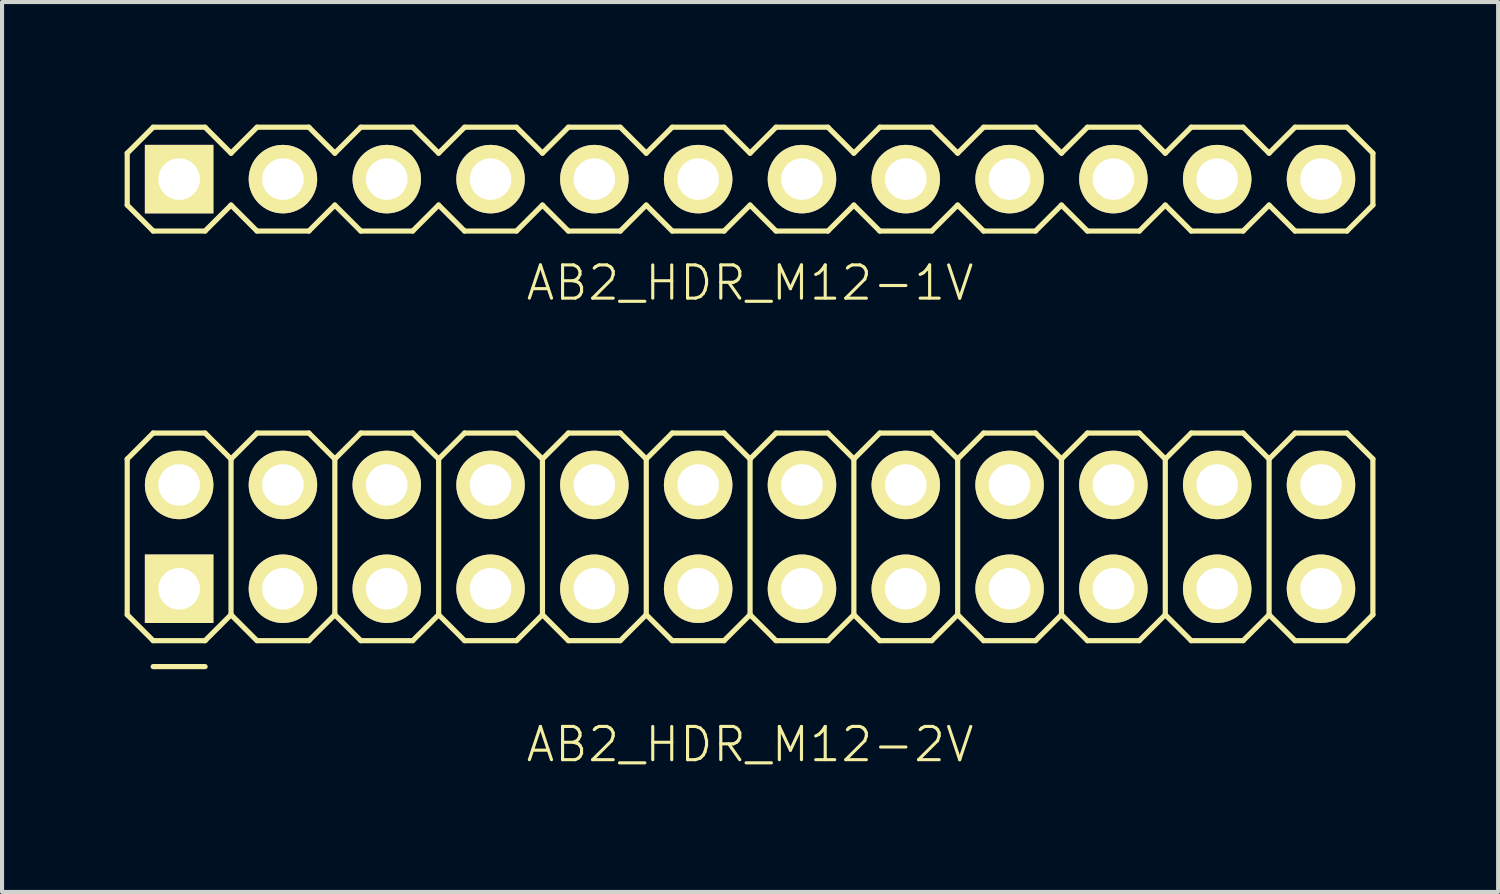
<source format=kicad_pcb>
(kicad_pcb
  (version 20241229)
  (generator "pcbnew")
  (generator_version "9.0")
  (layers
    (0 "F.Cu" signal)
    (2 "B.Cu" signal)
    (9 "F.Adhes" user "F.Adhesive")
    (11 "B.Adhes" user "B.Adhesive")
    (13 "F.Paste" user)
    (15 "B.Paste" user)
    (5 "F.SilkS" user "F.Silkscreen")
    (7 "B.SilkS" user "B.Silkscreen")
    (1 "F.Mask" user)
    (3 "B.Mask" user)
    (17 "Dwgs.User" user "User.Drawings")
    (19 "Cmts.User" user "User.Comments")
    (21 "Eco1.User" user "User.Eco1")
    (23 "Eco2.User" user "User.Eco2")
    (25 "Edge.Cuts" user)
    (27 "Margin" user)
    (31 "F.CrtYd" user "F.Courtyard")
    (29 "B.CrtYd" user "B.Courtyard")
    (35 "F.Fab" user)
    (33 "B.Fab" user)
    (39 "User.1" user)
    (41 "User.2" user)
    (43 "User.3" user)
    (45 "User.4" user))
  (footprint "AB2_HDR_M12-1V"
    (layer "F.Cu")
    (at 15.303 1.333)
    (property "Reference" "AB2_HDR_M12-1V" (at 0 2.54 0) (layer "F.SilkS") (effects (font (size 0.813 0.813) (thickness 0.076))))
    (attr through_hole)
    (fp_line (start -15.24 -0.635) (end -14.605 -1.27) (stroke (width 0.127) (type solid)) (layer "F.SilkS"))
    (fp_line (start -15.24 0.635) (end -15.24 -0.635) (stroke (width 0.127) (type solid)) (layer "F.SilkS"))
    (fp_line (start -14.605 -1.27) (end -13.335 -1.27) (stroke (width 0.127) (type solid)) (layer "F.SilkS"))
    (fp_line (start -14.605 1.27) (end -15.24 0.635) (stroke (width 0.127) (type solid)) (layer "F.SilkS"))
    (fp_line (start -13.335 -1.27) (end -12.7 -0.635) (stroke (width 0.127) (type solid)) (layer "F.SilkS"))
    (fp_line (start -13.335 1.27) (end -14.605 1.27) (stroke (width 0.127) (type solid)) (layer "F.SilkS"))
    (fp_line (start -12.7 -0.635) (end -12.065 -1.27) (stroke (width 0.127) (type solid)) (layer "F.SilkS"))
    (fp_line (start -12.7 0.635) (end -13.335 1.27) (stroke (width 0.127) (type solid)) (layer "F.SilkS"))
    (fp_line (start -12.065 -1.27) (end -10.795 -1.27) (stroke (width 0.127) (type solid)) (layer "F.SilkS"))
    (fp_line (start -12.065 1.27) (end -12.7 0.635) (stroke (width 0.127) (type solid)) (layer "F.SilkS"))
    (fp_line (start -10.795 -1.27) (end -10.16 -0.635) (stroke (width 0.127) (type solid)) (layer "F.SilkS"))
    (fp_line (start -10.795 1.27) (end -12.065 1.27) (stroke (width 0.127) (type solid)) (layer "F.SilkS"))
    (fp_line (start -10.16 -0.635) (end -9.525 -1.27) (stroke (width 0.127) (type solid)) (layer "F.SilkS"))
    (fp_line (start -10.16 0.635) (end -10.795 1.27) (stroke (width 0.127) (type solid)) (layer "F.SilkS"))
    (fp_line (start -9.525 -1.27) (end -8.255 -1.27) (stroke (width 0.127) (type solid)) (layer "F.SilkS"))
    (fp_line (start -9.525 1.27) (end -10.16 0.635) (stroke (width 0.127) (type solid)) (layer "F.SilkS"))
    (fp_line (start -8.255 -1.27) (end -7.62 -0.635) (stroke (width 0.127) (type solid)) (layer "F.SilkS"))
    (fp_line (start -8.255 1.27) (end -9.525 1.27) (stroke (width 0.127) (type solid)) (layer "F.SilkS"))
    (fp_line (start -7.62 -0.635) (end -6.985 -1.27) (stroke (width 0.127) (type solid)) (layer "F.SilkS"))
    (fp_line (start -7.62 0.635) (end -8.255 1.27) (stroke (width 0.127) (type solid)) (layer "F.SilkS"))
    (fp_line (start -6.985 -1.27) (end -5.715 -1.27) (stroke (width 0.127) (type solid)) (layer "F.SilkS"))
    (fp_line (start -6.985 1.27) (end -7.62 0.635) (stroke (width 0.127) (type solid)) (layer "F.SilkS"))
    (fp_line (start -5.715 -1.27) (end -5.08 -0.635) (stroke (width 0.127) (type solid)) (layer "F.SilkS"))
    (fp_line (start -5.715 1.27) (end -6.985 1.27) (stroke (width 0.127) (type solid)) (layer "F.SilkS"))
    (fp_line (start -5.08 -0.635) (end -4.445 -1.27) (stroke (width 0.127) (type solid)) (layer "F.SilkS"))
    (fp_line (start -5.08 0.635) (end -5.715 1.27) (stroke (width 0.127) (type solid)) (layer "F.SilkS"))
    (fp_line (start -4.445 -1.27) (end -3.175 -1.27) (stroke (width 0.127) (type solid)) (layer "F.SilkS"))
    (fp_line (start -4.445 1.27) (end -5.08 0.635) (stroke (width 0.127) (type solid)) (layer "F.SilkS"))
    (fp_line (start -3.175 -1.27) (end -2.54 -0.635) (stroke (width 0.127) (type solid)) (layer "F.SilkS"))
    (fp_line (start -3.175 1.27) (end -4.445 1.27) (stroke (width 0.127) (type solid)) (layer "F.SilkS"))
    (fp_line (start -2.54 -0.635) (end -1.905 -1.27) (stroke (width 0.127) (type solid)) (layer "F.SilkS"))
    (fp_line (start -2.54 0.635) (end -3.175 1.27) (stroke (width 0.127) (type solid)) (layer "F.SilkS"))
    (fp_line (start -1.905 -1.27) (end -0.635 -1.27) (stroke (width 0.127) (type solid)) (layer "F.SilkS"))
    (fp_line (start -1.905 1.27) (end -2.54 0.635) (stroke (width 0.127) (type solid)) (layer "F.SilkS"))
    (fp_line (start -0.635 -1.27) (end 0 -0.635) (stroke (width 0.127) (type solid)) (layer "F.SilkS"))
    (fp_line (start -0.635 1.27) (end -1.905 1.27) (stroke (width 0.127) (type solid)) (layer "F.SilkS"))
    (fp_line (start 0 -0.635) (end 0.635 -1.27) (stroke (width 0.127) (type solid)) (layer "F.SilkS"))
    (fp_line (start 0 0.635) (end -0.635 1.27) (stroke (width 0.127) (type solid)) (layer "F.SilkS"))
    (fp_line (start 0.635 -1.27) (end 1.905 -1.27) (stroke (width 0.127) (type solid)) (layer "F.SilkS"))
    (fp_line (start 0.635 1.27) (end 0 0.635) (stroke (width 0.127) (type solid)) (layer "F.SilkS"))
    (fp_line (start 1.905 -1.27) (end 2.54 -0.635) (stroke (width 0.127) (type solid)) (layer "F.SilkS"))
    (fp_line (start 1.905 1.27) (end 0.635 1.27) (stroke (width 0.127) (type solid)) (layer "F.SilkS"))
    (fp_line (start 2.54 -0.635) (end 3.175 -1.27) (stroke (width 0.127) (type solid)) (layer "F.SilkS"))
    (fp_line (start 2.54 0.635) (end 1.905 1.27) (stroke (width 0.127) (type solid)) (layer "F.SilkS"))
    (fp_line (start 3.175 -1.27) (end 4.445 -1.27) (stroke (width 0.127) (type solid)) (layer "F.SilkS"))
    (fp_line (start 3.175 1.27) (end 2.54 0.635) (stroke (width 0.127) (type solid)) (layer "F.SilkS"))
    (fp_line (start 4.445 -1.27) (end 5.08 -0.635) (stroke (width 0.127) (type solid)) (layer "F.SilkS"))
    (fp_line (start 4.445 1.27) (end 3.175 1.27) (stroke (width 0.127) (type solid)) (layer "F.SilkS"))
    (fp_line (start 5.08 -0.635) (end 5.715 -1.27) (stroke (width 0.127) (type solid)) (layer "F.SilkS"))
    (fp_line (start 5.08 0.635) (end 4.445 1.27) (stroke (width 0.127) (type solid)) (layer "F.SilkS"))
    (fp_line (start 5.715 -1.27) (end 6.985 -1.27) (stroke (width 0.127) (type solid)) (layer "F.SilkS"))
    (fp_line (start 5.715 1.27) (end 5.08 0.635) (stroke (width 0.127) (type solid)) (layer "F.SilkS"))
    (fp_line (start 6.985 -1.27) (end 7.62 -0.635) (stroke (width 0.127) (type solid)) (layer "F.SilkS"))
    (fp_line (start 6.985 1.27) (end 5.715 1.27) (stroke (width 0.127) (type solid)) (layer "F.SilkS"))
    (fp_line (start 7.62 -0.635) (end 8.255 -1.27) (stroke (width 0.127) (type solid)) (layer "F.SilkS"))
    (fp_line (start 7.62 0.635) (end 6.985 1.27) (stroke (width 0.127) (type solid)) (layer "F.SilkS"))
    (fp_line (start 8.255 -1.27) (end 9.525 -1.27) (stroke (width 0.127) (type solid)) (layer "F.SilkS"))
    (fp_line (start 8.255 1.27) (end 7.62 0.635) (stroke (width 0.127) (type solid)) (layer "F.SilkS"))
    (fp_line (start 9.525 -1.27) (end 10.16 -0.635) (stroke (width 0.127) (type solid)) (layer "F.SilkS"))
    (fp_line (start 9.525 1.27) (end 8.255 1.27) (stroke (width 0.127) (type solid)) (layer "F.SilkS"))
    (fp_line (start 10.16 -0.635) (end 10.795 -1.27) (stroke (width 0.127) (type solid)) (layer "F.SilkS"))
    (fp_line (start 10.16 0.635) (end 9.525 1.27) (stroke (width 0.127) (type solid)) (layer "F.SilkS"))
    (fp_line (start 10.795 -1.27) (end 12.065 -1.27) (stroke (width 0.127) (type solid)) (layer "F.SilkS"))
    (fp_line (start 10.795 1.27) (end 10.16 0.635) (stroke (width 0.127) (type solid)) (layer "F.SilkS"))
    (fp_line (start 12.065 -1.27) (end 12.7 -0.635) (stroke (width 0.127) (type solid)) (layer "F.SilkS"))
    (fp_line (start 12.065 1.27) (end 10.795 1.27) (stroke (width 0.127) (type solid)) (layer "F.SilkS"))
    (fp_line (start 12.7 -0.635) (end 13.335 -1.27) (stroke (width 0.127) (type solid)) (layer "F.SilkS"))
    (fp_line (start 12.7 0.635) (end 12.065 1.27) (stroke (width 0.127) (type solid)) (layer "F.SilkS"))
    (fp_line (start 13.335 -1.27) (end 14.605 -1.27) (stroke (width 0.127) (type solid)) (layer "F.SilkS"))
    (fp_line (start 13.335 1.27) (end 12.7 0.635) (stroke (width 0.127) (type solid)) (layer "F.SilkS"))
    (fp_line (start 14.605 -1.27) (end 15.24 -0.635) (stroke (width 0.127) (type solid)) (layer "F.SilkS"))
    (fp_line (start 14.605 1.27) (end 13.335 1.27) (stroke (width 0.127) (type solid)) (layer "F.SilkS"))
    (fp_line (start 15.24 -0.635) (end 15.24 0.635) (stroke (width 0.127) (type solid)) (layer "F.SilkS"))
    (fp_line (start 15.24 0.635) (end 14.605 1.27) (stroke (width 0.127) (type solid)) (layer "F.SilkS"))
    (pad "1" thru_hole rect (at -13.97 0) (size 1.676 1.676) (drill 1.016) (layers "*.Cu" "*.Mask" "F.SilkS"))
    (pad "2" thru_hole circle (at -11.43 0) (size 1.676 1.676) (drill 1.016) (layers "*.Cu" "*.Mask" "F.SilkS"))
    (pad "3" thru_hole circle (at -8.89 0) (size 1.676 1.676) (drill 1.016) (layers "*.Cu" "*.Mask" "F.SilkS"))
    (pad "4" thru_hole circle (at -6.35 0) (size 1.676 1.676) (drill 1.016) (layers "*.Cu" "*.Mask" "F.SilkS"))
    (pad "5" thru_hole circle (at -3.81 0) (size 1.676 1.676) (drill 1.016) (layers "*.Cu" "*.Mask" "F.SilkS"))
    (pad "6" thru_hole circle (at -1.27 0) (size 1.676 1.676) (drill 1.016) (layers "*.Cu" "*.Mask" "F.SilkS"))
    (pad "7" thru_hole circle (at 1.27 0) (size 1.676 1.676) (drill 1.016) (layers "*.Cu" "*.Mask" "F.SilkS"))
    (pad "8" thru_hole circle (at 3.81 0) (size 1.676 1.676) (drill 1.016) (layers "*.Cu" "*.Mask" "F.SilkS"))
    (pad "9" thru_hole circle (at 6.35 0) (size 1.676 1.676) (drill 1.016) (layers "*.Cu" "*.Mask" "F.SilkS"))
    (pad "10" thru_hole circle (at 8.89 0) (size 1.676 1.676) (drill 1.016) (layers "*.Cu" "*.Mask" "F.SilkS"))
    (pad "11" thru_hole circle (at 11.43 0) (size 1.676 1.676) (drill 1.016) (layers "*.Cu" "*.Mask" "F.SilkS"))
    (pad "12" thru_hole circle (at 13.97 0) (size 1.676 1.676) (drill 1.016) (layers "*.Cu" "*.Mask" "F.SilkS")))
  (footprint "AB2_HDR_M12-2V"
    (layer "F.Cu")
    (at 15.303 10.086)
    (property "Reference" "AB2_HDR_M12-2V" (at 0 5.08 0) (layer "F.SilkS") (effects (font (size 0.813 0.813) (thickness 0.076))))
    (attr through_hole)
    (fp_line (start -15.24 -1.905) (end -14.605 -2.54) (stroke (width 0.127) (type solid)) (layer "F.SilkS"))
    (fp_line (start -15.24 1.905) (end -15.24 -1.905) (stroke (width 0.127) (type solid)) (layer "F.SilkS"))
    (fp_line (start -14.605 -2.54) (end -13.335 -2.54) (stroke (width 0.127) (type solid)) (layer "F.SilkS"))
    (fp_line (start -14.605 2.54) (end -15.24 1.905) (stroke (width 0.127) (type solid)) (layer "F.SilkS"))
    (fp_line (start -14.605 3.175) (end -13.335 3.175) (stroke (width 0.127) (type solid)) (layer "F.SilkS"))
    (fp_line (start -13.335 -2.54) (end -12.7 -1.905) (stroke (width 0.127) (type solid)) (layer "F.SilkS"))
    (fp_line (start -13.335 2.54) (end -14.605 2.54) (stroke (width 0.127) (type solid)) (layer "F.SilkS"))
    (fp_line (start -12.7 -1.905) (end -12.7 1.905) (stroke (width 0.127) (type solid)) (layer "F.SilkS"))
    (fp_line (start -12.7 -1.905) (end -12.065 -2.54) (stroke (width 0.127) (type solid)) (layer "F.SilkS"))
    (fp_line (start -12.7 1.905) (end -13.335 2.54) (stroke (width 0.127) (type solid)) (layer "F.SilkS"))
    (fp_line (start -12.065 -2.54) (end -10.795 -2.54) (stroke (width 0.127) (type solid)) (layer "F.SilkS"))
    (fp_line (start -12.065 2.54) (end -12.7 1.905) (stroke (width 0.127) (type solid)) (layer "F.SilkS"))
    (fp_line (start -10.795 -2.54) (end -10.16 -1.905) (stroke (width 0.127) (type solid)) (layer "F.SilkS"))
    (fp_line (start -10.795 2.54) (end -12.065 2.54) (stroke (width 0.127) (type solid)) (layer "F.SilkS"))
    (fp_line (start -10.16 -1.905) (end -10.16 1.905) (stroke (width 0.127) (type solid)) (layer "F.SilkS"))
    (fp_line (start -10.16 -1.905) (end -9.525 -2.54) (stroke (width 0.127) (type solid)) (layer "F.SilkS"))
    (fp_line (start -10.16 1.905) (end -10.795 2.54) (stroke (width 0.127) (type solid)) (layer "F.SilkS"))
    (fp_line (start -9.525 -2.54) (end -8.255 -2.54) (stroke (width 0.127) (type solid)) (layer "F.SilkS"))
    (fp_line (start -9.525 2.54) (end -10.16 1.905) (stroke (width 0.127) (type solid)) (layer "F.SilkS"))
    (fp_line (start -8.255 -2.54) (end -7.62 -1.905) (stroke (width 0.127) (type solid)) (layer "F.SilkS"))
    (fp_line (start -8.255 2.54) (end -9.525 2.54) (stroke (width 0.127) (type solid)) (layer "F.SilkS"))
    (fp_line (start -7.62 -1.905) (end -7.62 1.905) (stroke (width 0.127) (type solid)) (layer "F.SilkS"))
    (fp_line (start -7.62 -1.905) (end -6.985 -2.54) (stroke (width 0.127) (type solid)) (layer "F.SilkS"))
    (fp_line (start -7.62 1.905) (end -8.255 2.54) (stroke (width 0.127) (type solid)) (layer "F.SilkS"))
    (fp_line (start -6.985 -2.54) (end -5.715 -2.54) (stroke (width 0.127) (type solid)) (layer "F.SilkS"))
    (fp_line (start -6.985 2.54) (end -7.62 1.905) (stroke (width 0.127) (type solid)) (layer "F.SilkS"))
    (fp_line (start -5.715 -2.54) (end -5.08 -1.905) (stroke (width 0.127) (type solid)) (layer "F.SilkS"))
    (fp_line (start -5.715 2.54) (end -6.985 2.54) (stroke (width 0.127) (type solid)) (layer "F.SilkS"))
    (fp_line (start -5.08 -1.905) (end -5.08 1.905) (stroke (width 0.127) (type solid)) (layer "F.SilkS"))
    (fp_line (start -5.08 -1.905) (end -4.445 -2.54) (stroke (width 0.127) (type solid)) (layer "F.SilkS"))
    (fp_line (start -5.08 1.905) (end -5.715 2.54) (stroke (width 0.127) (type solid)) (layer "F.SilkS"))
    (fp_line (start -4.445 -2.54) (end -3.175 -2.54) (stroke (width 0.127) (type solid)) (layer "F.SilkS"))
    (fp_line (start -4.445 2.54) (end -5.08 1.905) (stroke (width 0.127) (type solid)) (layer "F.SilkS"))
    (fp_line (start -3.175 -2.54) (end -2.54 -1.905) (stroke (width 0.127) (type solid)) (layer "F.SilkS"))
    (fp_line (start -3.175 2.54) (end -4.445 2.54) (stroke (width 0.127) (type solid)) (layer "F.SilkS"))
    (fp_line (start -2.54 -1.905) (end -2.54 1.905) (stroke (width 0.127) (type solid)) (layer "F.SilkS"))
    (fp_line (start -2.54 -1.905) (end -1.905 -2.54) (stroke (width 0.127) (type solid)) (layer "F.SilkS"))
    (fp_line (start -2.54 1.905) (end -3.175 2.54) (stroke (width 0.127) (type solid)) (layer "F.SilkS"))
    (fp_line (start -1.905 -2.54) (end -0.635 -2.54) (stroke (width 0.127) (type solid)) (layer "F.SilkS"))
    (fp_line (start -1.905 2.54) (end -2.54 1.905) (stroke (width 0.127) (type solid)) (layer "F.SilkS"))
    (fp_line (start -0.635 -2.54) (end 0 -1.905) (stroke (width 0.127) (type solid)) (layer "F.SilkS"))
    (fp_line (start -0.635 2.54) (end -1.905 2.54) (stroke (width 0.127) (type solid)) (layer "F.SilkS"))
    (fp_line (start 0 -1.905) (end 0 1.905) (stroke (width 0.127) (type solid)) (layer "F.SilkS"))
    (fp_line (start 0 -1.905) (end 0.635 -2.54) (stroke (width 0.127) (type solid)) (layer "F.SilkS"))
    (fp_line (start 0 1.905) (end -0.635 2.54) (stroke (width 0.127) (type solid)) (layer "F.SilkS"))
    (fp_line (start 0.635 -2.54) (end 1.905 -2.54) (stroke (width 0.127) (type solid)) (layer "F.SilkS"))
    (fp_line (start 0.635 2.54) (end 0 1.905) (stroke (width 0.127) (type solid)) (layer "F.SilkS"))
    (fp_line (start 1.905 -2.54) (end 2.54 -1.905) (stroke (width 0.127) (type solid)) (layer "F.SilkS"))
    (fp_line (start 1.905 2.54) (end 0.635 2.54) (stroke (width 0.127) (type solid)) (layer "F.SilkS"))
    (fp_line (start 2.54 -1.905) (end 2.54 1.905) (stroke (width 0.127) (type solid)) (layer "F.SilkS"))
    (fp_line (start 2.54 -1.905) (end 3.175 -2.54) (stroke (width 0.127) (type solid)) (layer "F.SilkS"))
    (fp_line (start 2.54 1.905) (end 1.905 2.54) (stroke (width 0.127) (type solid)) (layer "F.SilkS"))
    (fp_line (start 3.175 -2.54) (end 4.445 -2.54) (stroke (width 0.127) (type solid)) (layer "F.SilkS"))
    (fp_line (start 3.175 2.54) (end 2.54 1.905) (stroke (width 0.127) (type solid)) (layer "F.SilkS"))
    (fp_line (start 4.445 -2.54) (end 5.08 -1.905) (stroke (width 0.127) (type solid)) (layer "F.SilkS"))
    (fp_line (start 4.445 2.54) (end 3.175 2.54) (stroke (width 0.127) (type solid)) (layer "F.SilkS"))
    (fp_line (start 5.08 -1.905) (end 5.08 1.905) (stroke (width 0.127) (type solid)) (layer "F.SilkS"))
    (fp_line (start 5.08 -1.905) (end 5.715 -2.54) (stroke (width 0.127) (type solid)) (layer "F.SilkS"))
    (fp_line (start 5.08 1.905) (end 4.445 2.54) (stroke (width 0.127) (type solid)) (layer "F.SilkS"))
    (fp_line (start 5.715 -2.54) (end 6.985 -2.54) (stroke (width 0.127) (type solid)) (layer "F.SilkS"))
    (fp_line (start 5.715 2.54) (end 5.08 1.905) (stroke (width 0.127) (type solid)) (layer "F.SilkS"))
    (fp_line (start 6.985 -2.54) (end 7.62 -1.905) (stroke (width 0.127) (type solid)) (layer "F.SilkS"))
    (fp_line (start 6.985 2.54) (end 5.715 2.54) (stroke (width 0.127) (type solid)) (layer "F.SilkS"))
    (fp_line (start 7.62 -1.905) (end 7.62 1.905) (stroke (width 0.127) (type solid)) (layer "F.SilkS"))
    (fp_line (start 7.62 -1.905) (end 8.255 -2.54) (stroke (width 0.127) (type solid)) (layer "F.SilkS"))
    (fp_line (start 7.62 1.905) (end 6.985 2.54) (stroke (width 0.127) (type solid)) (layer "F.SilkS"))
    (fp_line (start 8.255 -2.54) (end 9.525 -2.54) (stroke (width 0.127) (type solid)) (layer "F.SilkS"))
    (fp_line (start 8.255 2.54) (end 7.62 1.905) (stroke (width 0.127) (type solid)) (layer "F.SilkS"))
    (fp_line (start 9.525 -2.54) (end 10.16 -1.905) (stroke (width 0.127) (type solid)) (layer "F.SilkS"))
    (fp_line (start 9.525 2.54) (end 8.255 2.54) (stroke (width 0.127) (type solid)) (layer "F.SilkS"))
    (fp_line (start 10.16 -1.905) (end 10.16 1.905) (stroke (width 0.127) (type solid)) (layer "F.SilkS"))
    (fp_line (start 10.16 -1.905) (end 10.795 -2.54) (stroke (width 0.127) (type solid)) (layer "F.SilkS"))
    (fp_line (start 10.16 1.905) (end 9.525 2.54) (stroke (width 0.127) (type solid)) (layer "F.SilkS"))
    (fp_line (start 10.795 -2.54) (end 12.065 -2.54) (stroke (width 0.127) (type solid)) (layer "F.SilkS"))
    (fp_line (start 10.795 2.54) (end 10.16 1.905) (stroke (width 0.127) (type solid)) (layer "F.SilkS"))
    (fp_line (start 12.065 -2.54) (end 12.7 -1.905) (stroke (width 0.127) (type solid)) (layer "F.SilkS"))
    (fp_line (start 12.065 2.54) (end 10.795 2.54) (stroke (width 0.127) (type solid)) (layer "F.SilkS"))
    (fp_line (start 12.7 -1.905) (end 12.7 1.905) (stroke (width 0.127) (type solid)) (layer "F.SilkS"))
    (fp_line (start 12.7 -1.905) (end 13.335 -2.54) (stroke (width 0.127) (type solid)) (layer "F.SilkS"))
    (fp_line (start 12.7 1.905) (end 12.065 2.54) (stroke (width 0.127) (type solid)) (layer "F.SilkS"))
    (fp_line (start 13.335 -2.54) (end 14.605 -2.54) (stroke (width 0.127) (type solid)) (layer "F.SilkS"))
    (fp_line (start 13.335 2.54) (end 12.7 1.905) (stroke (width 0.127) (type solid)) (layer "F.SilkS"))
    (fp_line (start 14.605 -2.54) (end 15.24 -1.905) (stroke (width 0.127) (type solid)) (layer "F.SilkS"))
    (fp_line (start 14.605 2.54) (end 13.335 2.54) (stroke (width 0.127) (type solid)) (layer "F.SilkS"))
    (fp_line (start 15.24 -1.905) (end 15.24 1.905) (stroke (width 0.127) (type solid)) (layer "F.SilkS"))
    (fp_line (start 15.24 1.905) (end 14.605 2.54) (stroke (width 0.127) (type solid)) (layer "F.SilkS"))
    (pad "1" thru_hole rect (at -13.97 1.27) (size 1.676 1.676) (drill 1.016) (layers "*.Cu" "*.Mask" "F.SilkS"))
    (pad "2" thru_hole circle (at -13.97 -1.27) (size 1.676 1.676) (drill 1.016) (layers "*.Cu" "*.Mask" "F.SilkS"))
    (pad "3" thru_hole circle (at -11.43 1.27) (size 1.676 1.676) (drill 1.016) (layers "*.Cu" "*.Mask" "F.SilkS"))
    (pad "4" thru_hole circle (at -11.43 -1.27) (size 1.676 1.676) (drill 1.016) (layers "*.Cu" "*.Mask" "F.SilkS"))
    (pad "5" thru_hole circle (at -8.89 1.27) (size 1.676 1.676) (drill 1.016) (layers "*.Cu" "*.Mask" "F.SilkS"))
    (pad "6" thru_hole circle (at -8.89 -1.27) (size 1.676 1.676) (drill 1.016) (layers "*.Cu" "*.Mask" "F.SilkS"))
    (pad "7" thru_hole circle (at -6.35 1.27) (size 1.676 1.676) (drill 1.016) (layers "*.Cu" "*.Mask" "F.SilkS"))
    (pad "8" thru_hole circle (at -6.35 -1.27) (size 1.676 1.676) (drill 1.016) (layers "*.Cu" "*.Mask" "F.SilkS"))
    (pad "9" thru_hole circle (at -3.81 1.27) (size 1.676 1.676) (drill 1.016) (layers "*.Cu" "*.Mask" "F.SilkS"))
    (pad "10" thru_hole circle (at -3.81 -1.27) (size 1.676 1.676) (drill 1.016) (layers "*.Cu" "*.Mask" "F.SilkS"))
    (pad "11" thru_hole circle (at -1.27 1.27) (size 1.676 1.676) (drill 1.016) (layers "*.Cu" "*.Mask" "F.SilkS"))
    (pad "12" thru_hole circle (at -1.27 -1.27) (size 1.676 1.676) (drill 1.016) (layers "*.Cu" "*.Mask" "F.SilkS"))
    (pad "13" thru_hole circle (at 1.27 1.27) (size 1.676 1.676) (drill 1.016) (layers "*.Cu" "*.Mask" "F.SilkS"))
    (pad "14" thru_hole circle (at 1.27 -1.27) (size 1.676 1.676) (drill 1.016) (layers "*.Cu" "*.Mask" "F.SilkS"))
    (pad "15" thru_hole circle (at 3.81 1.27) (size 1.676 1.676) (drill 1.016) (layers "*.Cu" "*.Mask" "F.SilkS"))
    (pad "16" thru_hole circle (at 3.81 -1.27) (size 1.676 1.676) (drill 1.016) (layers "*.Cu" "*.Mask" "F.SilkS"))
    (pad "17" thru_hole circle (at 6.35 1.27) (size 1.676 1.676) (drill 1.016) (layers "*.Cu" "*.Mask" "F.SilkS"))
    (pad "18" thru_hole circle (at 6.35 -1.27) (size 1.676 1.676) (drill 1.016) (layers "*.Cu" "*.Mask" "F.SilkS"))
    (pad "19" thru_hole circle (at 8.89 1.27) (size 1.676 1.676) (drill 1.016) (layers "*.Cu" "*.Mask" "F.SilkS"))
    (pad "20" thru_hole circle (at 8.89 -1.27) (size 1.676 1.676) (drill 1.016) (layers "*.Cu" "*.Mask" "F.SilkS"))
    (pad "21" thru_hole circle (at 11.43 1.27) (size 1.676 1.676) (drill 1.016) (layers "*.Cu" "*.Mask" "F.SilkS"))
    (pad "22" thru_hole circle (at 11.43 -1.27) (size 1.676 1.676) (drill 1.016) (layers "*.Cu" "*.Mask" "F.SilkS"))
    (pad "23" thru_hole circle (at 13.97 1.27) (size 1.676 1.676) (drill 1.016) (layers "*.Cu" "*.Mask" "F.SilkS"))
    (pad "24" thru_hole circle (at 13.97 -1.27) (size 1.676 1.676) (drill 1.016) (layers "*.Cu" "*.Mask" "F.SilkS")))
  (gr_rect
    (start -3 -3)
    (end 33.607 18.775)
    (stroke (width 0.1) (type default))
    (fill no)
    (layer "Edge.Cuts")))
</source>
